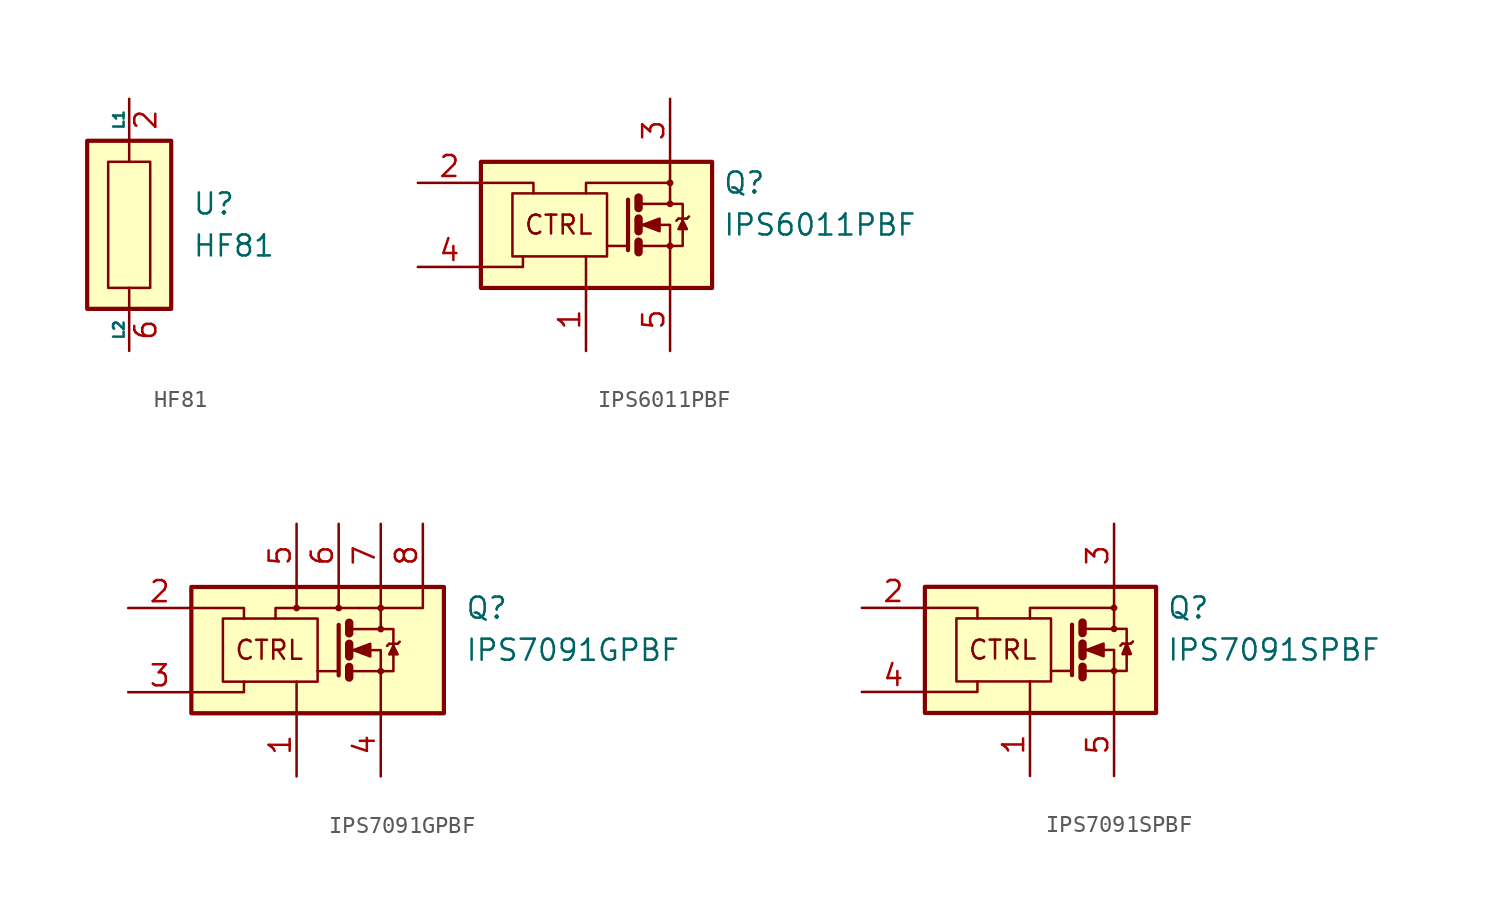
<source format=kicad_sym>
(kicad_symbol_lib
  (version 20201005)
  (generator kicad_symbol_editor)
  (symbol "HF81"
    (pin_names
      (offset 0))
    (property "Reference" "U"
      (at 3.81 1.27 0)
      (effects (font (size 1.27 1.27)) (justify left)))
    (property "Value" "HF81"
      (at 3.81 -1.27 0)
      (effects (font (size 1.27 1.27)) (justify left)))
    (symbol "HF81_0_1"
      (rectangle (start -2.54 5.08) (end 2.54 -5.08) (stroke (width 0.254)) (fill (type background)))
      (rectangle (start -1.27 3.81) (end 1.27 -3.81) (stroke (width 0)) (fill (type none)))
      (polyline (pts (xy 0 -3.81) (xy 0 -5.08)) (stroke (width 0)) (fill (type none)))
      (polyline (pts (xy 0 5.08) (xy 0 3.81)) (stroke (width 0)) (fill (type none))))
    (symbol "HF81_1_1"
      (pin no_connect line (at -2.54 5.08 0) (length 2.54) hide (name "NC" (effects (font (size 1.27 1.27)))) (number "1" (effects (font (size 1.27 1.27)))))
      (pin passive line (at 0 7.62 270) (length 2.54) (name "L1" (effects (font (size 0.635 0.635)))) (number "2" (effects (font (size 1.27 1.27)))))
      (pin passive line (at 0 7.62 270) (length 2.54) hide (name "L1" (effects (font (size 0.635 0.635)))) (number "3" (effects (font (size 1.27 1.27)))))
      (pin no_connect line (at -2.54 2.54 0) (length 2.54) hide (name "NC" (effects (font (size 1.27 1.27)))) (number "4" (effects (font (size 1.27 1.27)))))
      (pin no_connect line (at -2.54 -2.54 0) (length 2.54) hide (name "NC" (effects (font (size 1.27 1.27)))) (number "5" (effects (font (size 1.27 1.27)))))
      (pin passive line (at 0 -7.62 90) (length 2.54) (name "L2" (effects (font (size 0.635 0.635)))) (number "6" (effects (font (size 1.27 1.27)))))
      (pin passive line (at 0 -7.62 90) (length 2.54) hide (name "L2" (effects (font (size 0.635 0.635)))) (number "7" (effects (font (size 1.27 1.27)))))
      (pin no_connect line (at -2.54 -5.08 0) (length 2.54) hide (name "NC" (effects (font (size 1.27 1.27)))) (number "8" (effects (font (size 1.27 1.27)))))))
  (symbol "IPS6011PBF"
    (pin_names
      (offset 0) hide)
    (property "Reference" "Q"
      (at 8.255 2.54 0)
      (effects (font (size 1.27 1.27)) (justify left)))
    (property "Value" "IPS6011PBF"
      (at 8.255 0 0)
      (effects (font (size 1.27 1.27)) (justify left)))
    (symbol "IPS6011PBF_0_0"
      (circle (center 5.08 2.54) (radius 0.127) (stroke (width 0)) (fill (type none)))
      (text "CTRL" (at -1.651 0 0) (effects (font (size 1.143 1.143))))
      (rectangle (start -6.35 3.81) (end 7.62 -3.81) (stroke (width 0.254)) (fill (type background)))
      (polyline (pts (xy 0 -3.81) (xy 0 -1.905)) (stroke (width 0)) (fill (type none)))
      (polyline (pts (xy -6.35 -2.54) (xy -3.81 -2.54) (xy -3.81 -1.905)) (stroke (width 0)) (fill (type none)))
      (polyline (pts (xy -6.35 2.54) (xy -3.175 2.54) (xy -3.175 1.905)) (stroke (width 0)) (fill (type none)))
      (polyline (pts (xy 0 1.905) (xy 0 2.54) (xy 5.08 2.54)) (stroke (width 0)) (fill (type none))))
    (symbol "IPS6011PBF_0_1"
      (circle (center 5.08 -1.27) (radius 0.127) (stroke (width 0)) (fill (type none)))
      (circle (center 5.08 1.27) (radius 0.127) (stroke (width 0)) (fill (type none)))
      (rectangle (start -4.445 1.905) (end 1.27 -1.905) (stroke (width 0)) (fill (type none)))
      (polyline (pts (xy 2.54 -1.27) (xy 1.27 -1.27)) (stroke (width 0)) (fill (type none)))
      (polyline (pts (xy 3.175 -1.016) (xy 3.175 -1.651)) (stroke (width 0.508)) (fill (type none)))
      (polyline (pts (xy 3.175 0.381) (xy 3.175 -0.381)) (stroke (width 0.508)) (fill (type none)))
      (polyline (pts (xy 3.175 1.651) (xy 3.175 1.016)) (stroke (width 0.508)) (fill (type none)))
      (polyline (pts (xy 3.302 -1.27) (xy 5.08 -1.27)) (stroke (width 0)) (fill (type none)))
      (polyline (pts (xy 5.588 0.381) (xy 5.461 0.254)) (stroke (width 0)) (fill (type none)))
      (polyline (pts (xy 5.588 0.381) (xy 6.096 0.381)) (stroke (width 0)) (fill (type none)))
      (polyline (pts (xy 6.096 0.381) (xy 6.223 0.508)) (stroke (width 0)) (fill (type none)))
      (polyline (pts (xy 2.54 1.524) (xy 2.54 -1.524) (xy 2.54 -1.524)) (stroke (width 0.254)) (fill (type none)))
      (polyline (pts (xy 3.302 0) (xy 5.08 0) (xy 5.08 -3.81)) (stroke (width 0)) (fill (type none)))
      (polyline (pts (xy 3.302 1.27) (xy 5.08 1.27) (xy 5.08 3.81)) (stroke (width 0)) (fill (type none)))
      (polyline (pts (xy 5.08 -1.27) (xy 5.842 -1.27) (xy 5.842 1.27) (xy 5.08 1.27)) (stroke (width 0)) (fill (type none)))
      (polyline (pts (xy 5.842 0.254) (xy 5.588 -0.254) (xy 6.096 -0.254) (xy 5.842 0.254)) (stroke (width 0)) (fill (type outline)))
      (polyline (pts (xy 3.429 0) (xy 4.445 0.381) (xy 4.445 -0.381) (xy 3.429 0) (xy 3.556 0) (xy 3.556 0)) (stroke (width 0)) (fill (type outline))))
    (symbol "IPS6011PBF_1_1"
      (pin power_in line (at 0 -7.62 90) (length 3.81) (name "GND" (effects (font (size 1.27 1.27)))) (number "1" (effects (font (size 1.27 1.27)))))
      (pin input line (at -10.16 2.54 0) (length 3.81) (name "IN" (effects (font (size 1.27 1.27)))) (number "2" (effects (font (size 1.27 1.27)))))
      (pin power_in line (at 5.08 7.62 270) (length 3.81) (name "VCC" (effects (font (size 1.27 1.27)))) (number "3" (effects (font (size 1.27 1.27)))))
      (pin bidirectional line (at -10.16 -2.54 0) (length 3.81) (name "DG" (effects (font (size 1.27 1.27)))) (number "4" (effects (font (size 1.27 1.27)))))
      (pin output line (at 5.08 -7.62 90) (length 3.81) (name "OUT" (effects (font (size 1.27 1.27)))) (number "5" (effects (font (size 1.27 1.27)))))))
  (symbol "IPS7091GPBF"
    (pin_names
      (offset 0) hide)
    (property "Reference" "Q"
      (at 10.16 2.54 0)
      (effects (font (size 1.27 1.27)) (justify left)))
    (property "Value" "IPS7091GPBF"
      (at 10.16 0 0)
      (effects (font (size 1.27 1.27)) (justify left)))
    (symbol "IPS7091GPBF_0_0"
      (circle (center 0 2.54) (radius 0.127) (stroke (width 0)) (fill (type none)))
      (circle (center 2.54 2.54) (radius 0.127) (stroke (width 0)) (fill (type none)))
      (circle (center 5.08 2.54) (radius 0.127) (stroke (width 0)) (fill (type none)))
      (text "CTRL" (at -1.651 0 0) (effects (font (size 1.143 1.143))))
      (rectangle (start -6.35 3.81) (end 8.89 -3.81) (stroke (width 0.254)) (fill (type background)))
      (polyline (pts (xy 0 -3.81) (xy 0 -1.905)) (stroke (width 0)) (fill (type none)))
      (polyline (pts (xy 0 2.54) (xy 0 3.81)) (stroke (width 0)) (fill (type none)))
      (polyline (pts (xy 2.54 2.54) (xy 2.54 3.81)) (stroke (width 0)) (fill (type none)))
      (polyline (pts (xy -6.35 -2.54) (xy -3.175 -2.54) (xy -3.175 -1.905)) (stroke (width 0)) (fill (type none)))
      (polyline (pts (xy -6.35 2.54) (xy -3.175 2.54) (xy -3.175 1.905)) (stroke (width 0)) (fill (type none)))
      (polyline (pts (xy -1.27 1.905) (xy -1.27 2.54) (xy 3.81 2.54)) (stroke (width 0)) (fill (type none)))
      (polyline (pts (xy 3.81 2.54) (xy 5.08 2.54) (xy 5.08 3.81)) (stroke (width 0)) (fill (type none))))
    (symbol "IPS7091GPBF_0_1"
      (circle (center 5.08 -1.27) (radius 0.127) (stroke (width 0)) (fill (type none)))
      (circle (center 5.08 1.27) (radius 0.127) (stroke (width 0)) (fill (type none)))
      (rectangle (start -4.445 1.905) (end 1.27 -1.905) (stroke (width 0)) (fill (type none)))
      (polyline (pts (xy 2.54 -1.27) (xy 1.27 -1.27)) (stroke (width 0)) (fill (type none)))
      (polyline (pts (xy 3.175 -1.016) (xy 3.175 -1.651)) (stroke (width 0.508)) (fill (type none)))
      (polyline (pts (xy 3.175 0.381) (xy 3.175 -0.381)) (stroke (width 0.508)) (fill (type none)))
      (polyline (pts (xy 3.175 1.651) (xy 3.175 1.016)) (stroke (width 0.508)) (fill (type none)))
      (polyline (pts (xy 3.302 -1.27) (xy 5.08 -1.27)) (stroke (width 0)) (fill (type none)))
      (polyline (pts (xy 3.302 1.27) (xy 5.08 1.27)) (stroke (width 0)) (fill (type none)))
      (polyline (pts (xy 5.08 1.27) (xy 5.08 2.54)) (stroke (width 0)) (fill (type none)))
      (polyline (pts (xy 5.588 0.381) (xy 5.461 0.254)) (stroke (width 0)) (fill (type none)))
      (polyline (pts (xy 5.588 0.381) (xy 6.096 0.381)) (stroke (width 0)) (fill (type none)))
      (polyline (pts (xy 6.096 0.381) (xy 6.223 0.508)) (stroke (width 0)) (fill (type none)))
      (polyline (pts (xy 2.54 1.524) (xy 2.54 -1.524) (xy 2.54 -1.524)) (stroke (width 0.254)) (fill (type none)))
      (polyline (pts (xy 3.302 0) (xy 5.08 0) (xy 5.08 -3.81)) (stroke (width 0)) (fill (type none)))
      (polyline (pts (xy 5.08 2.54) (xy 7.62 2.54) (xy 7.62 3.81)) (stroke (width 0)) (fill (type none)))
      (polyline (pts (xy 5.08 1.27) (xy 5.842 1.27) (xy 5.842 -1.27) (xy 5.08 -1.27)) (stroke (width 0)) (fill (type none)))
      (polyline (pts (xy 5.842 0.254) (xy 5.588 -0.254) (xy 6.096 -0.254) (xy 5.842 0.254)) (stroke (width 0)) (fill (type outline)))
      (polyline (pts (xy 3.429 0) (xy 4.445 0.381) (xy 4.445 -0.381) (xy 3.429 0) (xy 3.556 0) (xy 3.556 0)) (stroke (width 0)) (fill (type outline))))
    (symbol "IPS7091GPBF_1_1"
      (pin power_in line (at 0 -7.62 90) (length 3.81) (name "GND" (effects (font (size 1.27 1.27)))) (number "1" (effects (font (size 1.27 1.27)))))
      (pin input line (at -10.16 2.54 0) (length 3.81) (name "IN" (effects (font (size 1.27 1.27)))) (number "2" (effects (font (size 1.27 1.27)))))
      (pin bidirectional line (at -10.16 -2.54 0) (length 3.81) (name "DG" (effects (font (size 1.27 1.27)))) (number "3" (effects (font (size 1.27 1.27)))))
      (pin output line (at 5.08 -7.62 90) (length 3.81) (name "OUT" (effects (font (size 1.27 1.27)))) (number "4" (effects (font (size 1.27 1.27)))))
      (pin power_in line (at 0 7.62 270) (length 3.81) (name "VCC" (effects (font (size 1.27 1.27)))) (number "5" (effects (font (size 1.27 1.27)))))
      (pin power_in line (at 2.54 7.62 270) (length 3.81) (name "~" (effects (font (size 1.27 1.27)))) (number "6" (effects (font (size 1.27 1.27)))))
      (pin power_in line (at 5.08 7.62 270) (length 3.81) (name "~" (effects (font (size 1.27 1.27)))) (number "7" (effects (font (size 1.27 1.27)))))
      (pin power_in line (at 7.62 7.62 270) (length 3.81) (name "~" (effects (font (size 1.27 1.27)))) (number "8" (effects (font (size 1.27 1.27)))))))
  (symbol "IPS7091SPBF"
    (pin_names
      (offset 0) hide)
    (property "Reference" "Q"
      (at 8.255 2.54 0)
      (effects (font (size 1.27 1.27)) (justify left)))
    (property "Value" "IPS7091SPBF"
      (at 8.255 0 0)
      (effects (font (size 1.27 1.27)) (justify left)))
    (symbol "IPS7091SPBF_0_0"
      (circle (center 5.08 2.54) (radius 0.127) (stroke (width 0)) (fill (type none)))
      (text "CTRL" (at -1.651 0 0) (effects (font (size 1.143 1.143))))
      (rectangle (start -6.35 3.81) (end 7.62 -3.81) (stroke (width 0.254)) (fill (type background)))
      (polyline (pts (xy 0 -3.81) (xy 0 -1.905)) (stroke (width 0)) (fill (type none)))
      (polyline (pts (xy -6.35 -2.54) (xy -3.175 -2.54) (xy -3.175 -1.905)) (stroke (width 0)) (fill (type none)))
      (polyline (pts (xy -6.35 2.54) (xy -3.175 2.54) (xy -3.175 1.905)) (stroke (width 0)) (fill (type none)))
      (polyline (pts (xy 0 1.905) (xy 0 2.54) (xy 5.08 2.54)) (stroke (width 0)) (fill (type none))))
    (symbol "IPS7091SPBF_0_1"
      (circle (center 5.08 -1.27) (radius 0.127) (stroke (width 0)) (fill (type none)))
      (circle (center 5.08 1.27) (radius 0.127) (stroke (width 0)) (fill (type none)))
      (rectangle (start -4.445 1.905) (end 1.27 -1.905) (stroke (width 0)) (fill (type none)))
      (polyline (pts (xy 2.54 -1.27) (xy 1.27 -1.27)) (stroke (width 0)) (fill (type none)))
      (polyline (pts (xy 3.175 -1.016) (xy 3.175 -1.651)) (stroke (width 0.508)) (fill (type none)))
      (polyline (pts (xy 3.175 0.381) (xy 3.175 -0.381)) (stroke (width 0.508)) (fill (type none)))
      (polyline (pts (xy 3.175 1.651) (xy 3.175 1.016)) (stroke (width 0.508)) (fill (type none)))
      (polyline (pts (xy 5.08 1.27) (xy 5.08 3.81)) (stroke (width 0)) (fill (type none)))
      (polyline (pts (xy 5.588 0.381) (xy 5.461 0.254)) (stroke (width 0)) (fill (type none)))
      (polyline (pts (xy 5.588 0.381) (xy 6.096 0.381)) (stroke (width 0)) (fill (type none)))
      (polyline (pts (xy 6.096 0.381) (xy 6.223 0.508)) (stroke (width 0)) (fill (type none)))
      (polyline (pts (xy 2.54 1.524) (xy 2.54 -1.524) (xy 2.54 -1.524)) (stroke (width 0.254)) (fill (type none)))
      (polyline (pts (xy 3.302 0) (xy 5.08 0) (xy 5.08 -3.81)) (stroke (width 0)) (fill (type none)))
      (polyline (pts (xy 3.302 -1.27) (xy 5.842 -1.27) (xy 5.842 1.27) (xy 3.302 1.27)) (stroke (width 0)) (fill (type none)))
      (polyline (pts (xy 5.842 0.381) (xy 5.588 -0.254) (xy 6.096 -0.254) (xy 5.842 0.381)) (stroke (width 0)) (fill (type outline)))
      (polyline (pts (xy 3.429 0) (xy 4.445 0.381) (xy 4.445 -0.381) (xy 3.429 0) (xy 3.556 0) (xy 3.556 0)) (stroke (width 0)) (fill (type outline))))
    (symbol "IPS7091SPBF_1_1"
      (pin power_in line (at 0 -7.62 90) (length 3.81) (name "GND" (effects (font (size 1.27 1.27)))) (number "1" (effects (font (size 1.27 1.27)))))
      (pin input line (at -10.16 2.54 0) (length 3.81) (name "IN" (effects (font (size 1.27 1.27)))) (number "2" (effects (font (size 1.27 1.27)))))
      (pin power_in line (at 5.08 7.62 270) (length 3.81) (name "VCC" (effects (font (size 1.27 1.27)))) (number "3" (effects (font (size 1.27 1.27)))))
      (pin bidirectional line (at -10.16 -2.54 0) (length 3.81) (name "DG" (effects (font (size 1.27 1.27)))) (number "4" (effects (font (size 1.27 1.27)))))
      (pin output line (at 5.08 -7.62 90) (length 3.81) (name "OUT" (effects (font (size 1.27 1.27)))) (number "5" (effects (font (size 1.27 1.27))))))))
</source>
